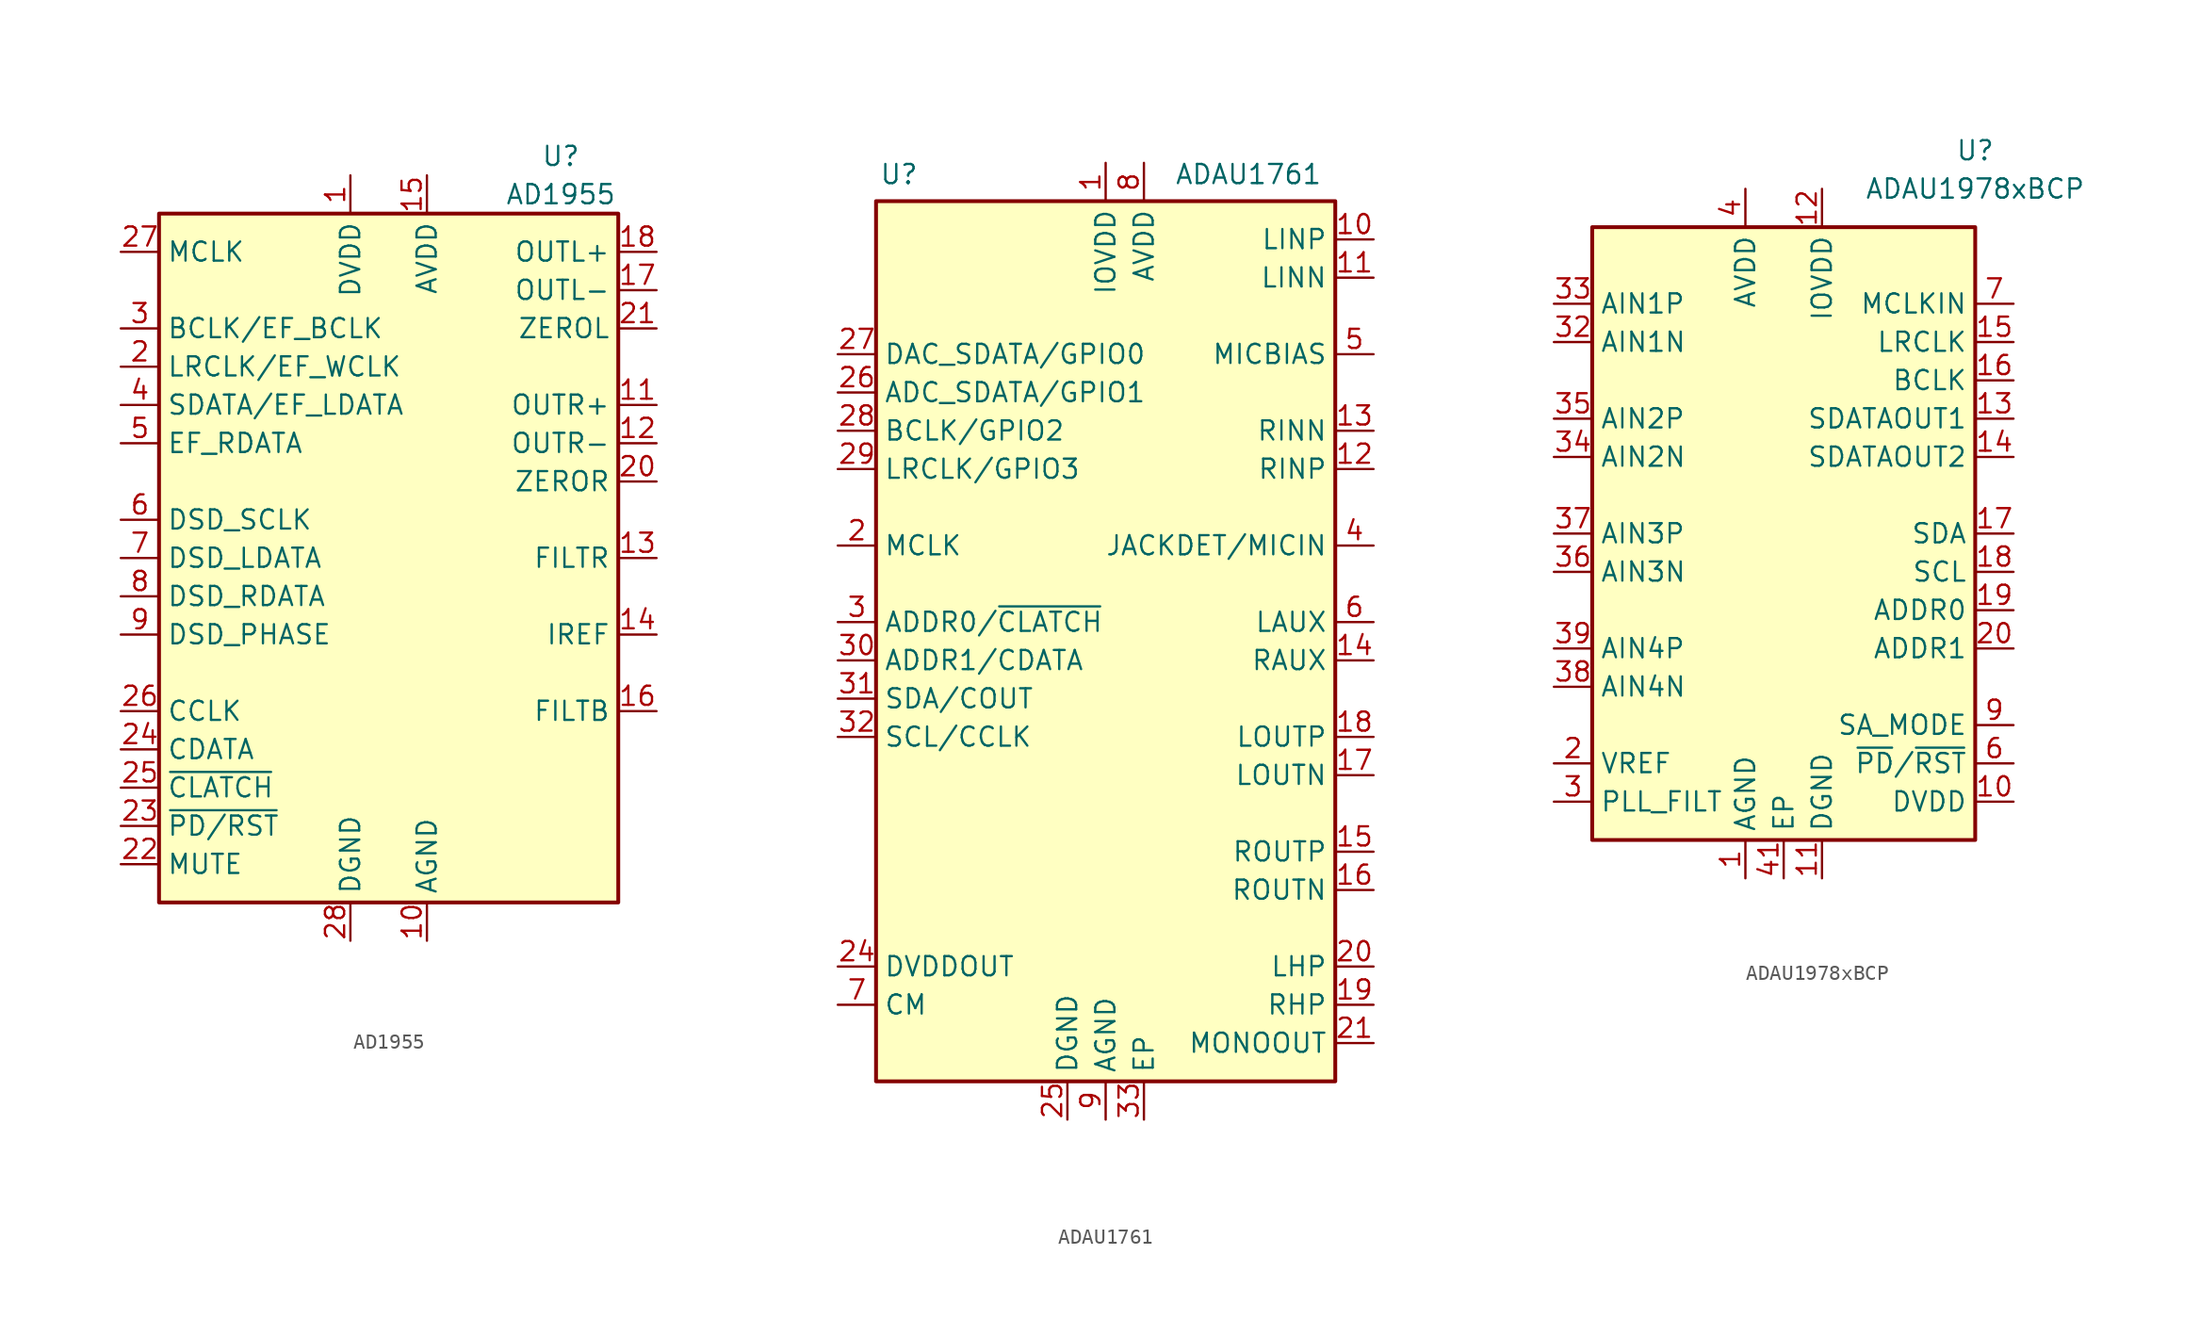
<source format=kicad_sym>
(kicad_symbol_lib
  (version 20241209)
  (generator "kicad_symbol_editor")
  (generator_version "9.0")
  (symbol "AD1955"
    (property "Reference" "U"
      (at 11.43 26.67 0)
      (effects (font (size 1.27 1.27))))
    (property "Value" "AD1955"
      (at 11.43 24.13 0)
      (effects (font (size 1.27 1.27))))
    (symbol "AD1955_0_1"
      (rectangle (start -15.24 22.86) (end 15.24 -22.86) (stroke (width 0.254) (type default)) (fill (type background))))
    (symbol "AD1955_1_1"
      (pin input line (at -17.78 20.32 0) (length 2.54) (name "MCLK" (effects (font (size 1.27 1.27)))) (number "27" (effects (font (size 1.27 1.27)))))
      (pin input line (at -17.78 15.24 0) (length 2.54) (name "BCLK/EF_BCLK" (effects (font (size 1.27 1.27)))) (number "3" (effects (font (size 1.27 1.27)))))
      (pin input line (at -17.78 12.7 0) (length 2.54) (name "LRCLK/EF_WCLK" (effects (font (size 1.27 1.27)))) (number "2" (effects (font (size 1.27 1.27)))))
      (pin input line (at -17.78 10.16 0) (length 2.54) (name "SDATA/EF_LDATA" (effects (font (size 1.27 1.27)))) (number "4" (effects (font (size 1.27 1.27)))))
      (pin input line (at -17.78 7.62 0) (length 2.54) (name "EF_RDATA" (effects (font (size 1.27 1.27)))) (number "5" (effects (font (size 1.27 1.27)))))
      (pin bidirectional line (at -17.78 2.54 0) (length 2.54) (name "DSD_SCLK" (effects (font (size 1.27 1.27)))) (number "6" (effects (font (size 1.27 1.27)))))
      (pin input line (at -17.78 0 0) (length 2.54) (name "DSD_LDATA" (effects (font (size 1.27 1.27)))) (number "7" (effects (font (size 1.27 1.27)))))
      (pin input line (at -17.78 -2.54 0) (length 2.54) (name "DSD_RDATA" (effects (font (size 1.27 1.27)))) (number "8" (effects (font (size 1.27 1.27)))))
      (pin bidirectional line (at -17.78 -5.08 0) (length 2.54) (name "DSD_PHASE" (effects (font (size 1.27 1.27)))) (number "9" (effects (font (size 1.27 1.27)))))
      (pin input line (at -17.78 -10.16 0) (length 2.54) (name "CCLK" (effects (font (size 1.27 1.27)))) (number "26" (effects (font (size 1.27 1.27)))))
      (pin input line (at -17.78 -12.7 0) (length 2.54) (name "CDATA" (effects (font (size 1.27 1.27)))) (number "24" (effects (font (size 1.27 1.27)))))
      (pin input line (at -17.78 -15.24 0) (length 2.54) (name "~{CLATCH}" (effects (font (size 1.27 1.27)))) (number "25" (effects (font (size 1.27 1.27)))))
      (pin input line (at -17.78 -17.78 0) (length 2.54) (name "~{PD/RST}" (effects (font (size 1.27 1.27)))) (number "23" (effects (font (size 1.27 1.27)))))
      (pin input line (at -17.78 -20.32 0) (length 2.54) (name "MUTE" (effects (font (size 1.27 1.27)))) (number "22" (effects (font (size 1.27 1.27)))))
      (pin power_in line (at -2.54 25.4 270) (length 2.54) (name "DVDD" (effects (font (size 1.27 1.27)))) (number "1" (effects (font (size 1.27 1.27)))))
      (pin power_in line (at -2.54 -25.4 90) (length 2.54) (name "DGND" (effects (font (size 1.27 1.27)))) (number "28" (effects (font (size 1.27 1.27)))))
      (pin power_in line (at 2.54 25.4 270) (length 2.54) (name "AVDD" (effects (font (size 1.27 1.27)))) (number "15" (effects (font (size 1.27 1.27)))))
      (pin power_in line (at 2.54 -25.4 90) (length 2.54) (name "AGND" (effects (font (size 1.27 1.27)))) (number "10" (effects (font (size 1.27 1.27)))))
      (pin passive line (at 2.54 -25.4 90) (length 2.54) (hide yes) (name "AGND" (effects (font (size 1.27 1.27)))) (number "19" (effects (font (size 1.27 1.27)))))
      (pin output line (at 17.78 20.32 180) (length 2.54) (name "OUTL+" (effects (font (size 1.27 1.27)))) (number "18" (effects (font (size 1.27 1.27)))))
      (pin output line (at 17.78 17.78 180) (length 2.54) (name "OUTL-" (effects (font (size 1.27 1.27)))) (number "17" (effects (font (size 1.27 1.27)))))
      (pin output line (at 17.78 15.24 180) (length 2.54) (name "ZEROL" (effects (font (size 1.27 1.27)))) (number "21" (effects (font (size 1.27 1.27)))))
      (pin output line (at 17.78 10.16 180) (length 2.54) (name "OUTR+" (effects (font (size 1.27 1.27)))) (number "11" (effects (font (size 1.27 1.27)))))
      (pin output line (at 17.78 7.62 180) (length 2.54) (name "OUTR-" (effects (font (size 1.27 1.27)))) (number "12" (effects (font (size 1.27 1.27)))))
      (pin output line (at 17.78 5.08 180) (length 2.54) (name "ZEROR" (effects (font (size 1.27 1.27)))) (number "20" (effects (font (size 1.27 1.27)))))
      (pin output line (at 17.78 0 180) (length 2.54) (name "FILTR" (effects (font (size 1.27 1.27)))) (number "13" (effects (font (size 1.27 1.27)))))
      (pin passive line (at 17.78 -5.08 180) (length 2.54) (name "IREF" (effects (font (size 1.27 1.27)))) (number "14" (effects (font (size 1.27 1.27)))))
      (pin output line (at 17.78 -10.16 180) (length 2.54) (name "FILTB" (effects (font (size 1.27 1.27)))) (number "16" (effects (font (size 1.27 1.27)))))))
  (symbol "ADAU1761"
    (property "Reference" "U"
      (at -13.716 29.718 0)
      (effects (font (size 1.27 1.27))))
    (property "Value" "ADAU1761"
      (at 4.572 29.718 0)
      (effects (font (size 1.27 1.27)) (justify left)))
    (symbol "ADAU1761_0_1"
      (rectangle (start -15.24 27.94) (end 15.24 -30.48) (stroke (width 0.254) (type default)) (fill (type background))))
    (symbol "ADAU1761_1_1"
      (pin bidirectional line (at -17.78 17.78 0) (length 2.54) (name "DAC_SDATA/GPIO0" (effects (font (size 1.27 1.27)))) (number "27" (effects (font (size 1.27 1.27)))) (alternate "DAC_SDATA" input line) (alternate "GPIO0" bidirectional line))
      (pin bidirectional line (at -17.78 15.24 0) (length 2.54) (name "ADC_SDATA/GPIO1" (effects (font (size 1.27 1.27)))) (number "26" (effects (font (size 1.27 1.27)))) (alternate "ADC_SDATA" output line) (alternate "GPIO1" bidirectional line))
      (pin bidirectional line (at -17.78 12.7 0) (length 2.54) (name "BCLK/GPIO2" (effects (font (size 1.27 1.27)))) (number "28" (effects (font (size 1.27 1.27)))) (alternate "BCLK" bidirectional line) (alternate "GPIO2" bidirectional line))
      (pin bidirectional line (at -17.78 10.16 0) (length 2.54) (name "LRCLK/GPIO3" (effects (font (size 1.27 1.27)))) (number "29" (effects (font (size 1.27 1.27)))) (alternate "GPIO3" bidirectional line) (alternate "LRCLK" bidirectional line))
      (pin input line (at -17.78 5.08 0) (length 2.54) (name "MCLK" (effects (font (size 1.27 1.27)))) (number "2" (effects (font (size 1.27 1.27)))))
      (pin input line (at -17.78 0 0) (length 2.54) (name "ADDR0/~{CLATCH}" (effects (font (size 1.27 1.27)))) (number "3" (effects (font (size 1.27 1.27)))) (alternate "ADDR0" input line) (alternate "~{CLATCH}" input line))
      (pin input line (at -17.78 -2.54 0) (length 2.54) (name "ADDR1/CDATA" (effects (font (size 1.27 1.27)))) (number "30" (effects (font (size 1.27 1.27)))) (alternate "ADDR1" input line) (alternate "CDATA" input line))
      (pin bidirectional line (at -17.78 -5.08 0) (length 2.54) (name "SDA/COUT" (effects (font (size 1.27 1.27)))) (number "31" (effects (font (size 1.27 1.27)))) (alternate "COUT" tri_state line) (alternate "SDA" bidirectional line))
      (pin input line (at -17.78 -7.62 0) (length 2.54) (name "SCL/CCLK" (effects (font (size 1.27 1.27)))) (number "32" (effects (font (size 1.27 1.27)))) (alternate "CCLK" input line) (alternate "SCL" input line))
      (pin power_out line (at -17.78 -22.86 0) (length 2.54) (name "DVDDOUT" (effects (font (size 1.27 1.27)))) (number "24" (effects (font (size 1.27 1.27)))))
      (pin output line (at -17.78 -25.4 0) (length 2.54) (name "CM" (effects (font (size 1.27 1.27)))) (number "7" (effects (font (size 1.27 1.27)))))
      (pin power_in line (at -2.54 -33.02 90) (length 2.54) (name "DGND" (effects (font (size 1.27 1.27)))) (number "25" (effects (font (size 1.27 1.27)))))
      (pin power_in line (at 0 30.48 270) (length 2.54) (name "IOVDD" (effects (font (size 1.27 1.27)))) (number "1" (effects (font (size 1.27 1.27)))))
      (pin passive line (at 0 -33.02 90) (length 2.54) (hide yes) (name "AGND" (effects (font (size 1.27 1.27)))) (number "22" (effects (font (size 1.27 1.27)))))
      (pin power_in line (at 0 -33.02 90) (length 2.54) (name "AGND" (effects (font (size 1.27 1.27)))) (number "9" (effects (font (size 1.27 1.27)))))
      (pin passive line (at 2.54 30.48 270) (length 2.54) (hide yes) (name "AVDD" (effects (font (size 1.27 1.27)))) (number "23" (effects (font (size 1.27 1.27)))))
      (pin power_in line (at 2.54 30.48 270) (length 2.54) (name "AVDD" (effects (font (size 1.27 1.27)))) (number "8" (effects (font (size 1.27 1.27)))))
      (pin power_in line (at 2.54 -33.02 90) (length 2.54) (name "EP" (effects (font (size 1.27 1.27)))) (number "33" (effects (font (size 1.27 1.27)))))
      (pin input line (at 17.78 25.4 180) (length 2.54) (name "LINP" (effects (font (size 1.27 1.27)))) (number "10" (effects (font (size 1.27 1.27)))))
      (pin input line (at 17.78 22.86 180) (length 2.54) (name "LINN" (effects (font (size 1.27 1.27)))) (number "11" (effects (font (size 1.27 1.27)))))
      (pin output line (at 17.78 17.78 180) (length 2.54) (name "MICBIAS" (effects (font (size 1.27 1.27)))) (number "5" (effects (font (size 1.27 1.27)))))
      (pin input line (at 17.78 12.7 180) (length 2.54) (name "RINN" (effects (font (size 1.27 1.27)))) (number "13" (effects (font (size 1.27 1.27)))))
      (pin input line (at 17.78 10.16 180) (length 2.54) (name "RINP" (effects (font (size 1.27 1.27)))) (number "12" (effects (font (size 1.27 1.27)))))
      (pin input line (at 17.78 5.08 180) (length 2.54) (name "JACKDET/MICIN" (effects (font (size 1.27 1.27)))) (number "4" (effects (font (size 1.27 1.27)))) (alternate "JACKDET" input line) (alternate "MICIN" input line))
      (pin input line (at 17.78 0 180) (length 2.54) (name "LAUX" (effects (font (size 1.27 1.27)))) (number "6" (effects (font (size 1.27 1.27)))))
      (pin input line (at 17.78 -2.54 180) (length 2.54) (name "RAUX" (effects (font (size 1.27 1.27)))) (number "14" (effects (font (size 1.27 1.27)))))
      (pin output line (at 17.78 -7.62 180) (length 2.54) (name "LOUTP" (effects (font (size 1.27 1.27)))) (number "18" (effects (font (size 1.27 1.27)))))
      (pin output line (at 17.78 -10.16 180) (length 2.54) (name "LOUTN" (effects (font (size 1.27 1.27)))) (number "17" (effects (font (size 1.27 1.27)))))
      (pin output line (at 17.78 -15.24 180) (length 2.54) (name "ROUTP" (effects (font (size 1.27 1.27)))) (number "15" (effects (font (size 1.27 1.27)))))
      (pin output line (at 17.78 -17.78 180) (length 2.54) (name "ROUTN" (effects (font (size 1.27 1.27)))) (number "16" (effects (font (size 1.27 1.27)))))
      (pin output line (at 17.78 -22.86 180) (length 2.54) (name "LHP" (effects (font (size 1.27 1.27)))) (number "20" (effects (font (size 1.27 1.27)))))
      (pin output line (at 17.78 -25.4 180) (length 2.54) (name "RHP" (effects (font (size 1.27 1.27)))) (number "19" (effects (font (size 1.27 1.27)))))
      (pin output line (at 17.78 -27.94 180) (length 2.54) (name "MONOOUT" (effects (font (size 1.27 1.27)))) (number "21" (effects (font (size 1.27 1.27)))))))
  (symbol "ADAU1978xBCP"
    (property "Reference" "U"
      (at 12.7 25.4 0)
      (effects (font (size 1.27 1.27))))
    (property "Value" "ADAU1978xBCP"
      (at 12.7 22.86 0)
      (effects (font (size 1.27 1.27))))
    (symbol "ADAU1978xBCP_0_1"
      (rectangle (start -12.7 20.32) (end 12.7 -20.32) (stroke (width 0.254) (type default)) (fill (type background))))
    (symbol "ADAU1978xBCP_1_1"
      (pin input line (at -15.24 15.24 0) (length 2.54) (name "AIN1P" (effects (font (size 1.27 1.27)))) (number "33" (effects (font (size 1.27 1.27)))))
      (pin input line (at -15.24 12.7 0) (length 2.54) (name "AIN1N" (effects (font (size 1.27 1.27)))) (number "32" (effects (font (size 1.27 1.27)))))
      (pin input line (at -15.24 7.62 0) (length 2.54) (name "AIN2P" (effects (font (size 1.27 1.27)))) (number "35" (effects (font (size 1.27 1.27)))))
      (pin input line (at -15.24 5.08 0) (length 2.54) (name "AIN2N" (effects (font (size 1.27 1.27)))) (number "34" (effects (font (size 1.27 1.27)))))
      (pin input line (at -15.24 0 0) (length 2.54) (name "AIN3P" (effects (font (size 1.27 1.27)))) (number "37" (effects (font (size 1.27 1.27)))))
      (pin input line (at -15.24 -2.54 0) (length 2.54) (name "AIN3N" (effects (font (size 1.27 1.27)))) (number "36" (effects (font (size 1.27 1.27)))))
      (pin input line (at -15.24 -7.62 0) (length 2.54) (name "AIN4P" (effects (font (size 1.27 1.27)))) (number "39" (effects (font (size 1.27 1.27)))))
      (pin input line (at -15.24 -10.16 0) (length 2.54) (name "AIN4N" (effects (font (size 1.27 1.27)))) (number "38" (effects (font (size 1.27 1.27)))))
      (pin output line (at -15.24 -15.24 0) (length 2.54) (name "VREF" (effects (font (size 1.27 1.27)))) (number "2" (effects (font (size 1.27 1.27)))))
      (pin output line (at -15.24 -17.78 0) (length 2.54) (name "PLL_FILT" (effects (font (size 1.27 1.27)))) (number "3" (effects (font (size 1.27 1.27)))))
      (pin no_connect line (at -10.16 -20.32 90) (length 2.54) (hide yes) (name "NC" (effects (font (size 1.27 1.27)))) (number "23" (effects (font (size 1.27 1.27)))))
      (pin no_connect line (at -7.62 -20.32 90) (length 2.54) (hide yes) (name "NC" (effects (font (size 1.27 1.27)))) (number "24" (effects (font (size 1.27 1.27)))))
      (pin no_connect line (at -5.08 -20.32 90) (length 2.54) (hide yes) (name "NC" (effects (font (size 1.27 1.27)))) (number "25" (effects (font (size 1.27 1.27)))))
      (pin passive line (at -2.54 22.86 270) (length 2.54) (hide yes) (name "AVDD" (effects (font (size 1.27 1.27)))) (number "31" (effects (font (size 1.27 1.27)))))
      (pin power_in line (at -2.54 22.86 270) (length 2.54) (name "AVDD" (effects (font (size 1.27 1.27)))) (number "4" (effects (font (size 1.27 1.27)))))
      (pin passive line (at -2.54 22.86 270) (length 2.54) (hide yes) (name "AVDD" (effects (font (size 1.27 1.27)))) (number "40" (effects (font (size 1.27 1.27)))))
      (pin power_in line (at -2.54 -22.86 90) (length 2.54) (name "AGND" (effects (font (size 1.27 1.27)))) (number "1" (effects (font (size 1.27 1.27)))))
      (pin passive line (at -2.54 -22.86 90) (length 2.54) (hide yes) (name "AGND" (effects (font (size 1.27 1.27)))) (number "21" (effects (font (size 1.27 1.27)))))
      (pin passive line (at -2.54 -22.86 90) (length 2.54) (hide yes) (name "AGND" (effects (font (size 1.27 1.27)))) (number "22" (effects (font (size 1.27 1.27)))))
      (pin passive line (at -2.54 -22.86 90) (length 2.54) (hide yes) (name "AGND" (effects (font (size 1.27 1.27)))) (number "28" (effects (font (size 1.27 1.27)))))
      (pin passive line (at -2.54 -22.86 90) (length 2.54) (hide yes) (name "AGND" (effects (font (size 1.27 1.27)))) (number "29" (effects (font (size 1.27 1.27)))))
      (pin passive line (at -2.54 -22.86 90) (length 2.54) (hide yes) (name "AGND" (effects (font (size 1.27 1.27)))) (number "5" (effects (font (size 1.27 1.27)))))
      (pin power_in line (at 0 -22.86 90) (length 2.54) (name "EP" (effects (font (size 1.27 1.27)))) (number "41" (effects (font (size 1.27 1.27)))))
      (pin power_in line (at 2.54 22.86 270) (length 2.54) (name "IOVDD" (effects (font (size 1.27 1.27)))) (number "12" (effects (font (size 1.27 1.27)))))
      (pin power_in line (at 2.54 -22.86 90) (length 2.54) (name "DGND" (effects (font (size 1.27 1.27)))) (number "11" (effects (font (size 1.27 1.27)))))
      (pin no_connect line (at 5.08 -20.32 90) (length 2.54) (hide yes) (name "NC" (effects (font (size 1.27 1.27)))) (number "26" (effects (font (size 1.27 1.27)))))
      (pin no_connect line (at 7.62 -20.32 90) (length 2.54) (hide yes) (name "NC" (effects (font (size 1.27 1.27)))) (number "27" (effects (font (size 1.27 1.27)))))
      (pin no_connect line (at 10.16 -20.32 90) (length 2.54) (hide yes) (name "NC" (effects (font (size 1.27 1.27)))) (number "30" (effects (font (size 1.27 1.27)))))
      (pin no_connect line (at 12.7 17.78 180) (length 2.54) (hide yes) (name "NC" (effects (font (size 1.27 1.27)))) (number "8" (effects (font (size 1.27 1.27)))))
      (pin input line (at 15.24 15.24 180) (length 2.54) (name "MCLKIN" (effects (font (size 1.27 1.27)))) (number "7" (effects (font (size 1.27 1.27)))))
      (pin bidirectional line (at 15.24 12.7 180) (length 2.54) (name "LRCLK" (effects (font (size 1.27 1.27)))) (number "15" (effects (font (size 1.27 1.27)))))
      (pin bidirectional line (at 15.24 10.16 180) (length 2.54) (name "BCLK" (effects (font (size 1.27 1.27)))) (number "16" (effects (font (size 1.27 1.27)))))
      (pin output line (at 15.24 7.62 180) (length 2.54) (name "SDATAOUT1" (effects (font (size 1.27 1.27)))) (number "13" (effects (font (size 1.27 1.27)))))
      (pin output line (at 15.24 5.08 180) (length 2.54) (name "SDATAOUT2" (effects (font (size 1.27 1.27)))) (number "14" (effects (font (size 1.27 1.27)))))
      (pin bidirectional line (at 15.24 0 180) (length 2.54) (name "SDA" (effects (font (size 1.27 1.27)))) (number "17" (effects (font (size 1.27 1.27)))) (alternate "COUT" output line))
      (pin input line (at 15.24 -2.54 180) (length 2.54) (name "SCL" (effects (font (size 1.27 1.27)))) (number "18" (effects (font (size 1.27 1.27)))) (alternate "CCLK" input line))
      (pin input line (at 15.24 -5.08 180) (length 2.54) (name "ADDR0" (effects (font (size 1.27 1.27)))) (number "19" (effects (font (size 1.27 1.27)))) (alternate "~{CLATCH}" input line))
      (pin input line (at 15.24 -7.62 180) (length 2.54) (name "ADDR1" (effects (font (size 1.27 1.27)))) (number "20" (effects (font (size 1.27 1.27)))) (alternate "CIN" input line))
      (pin input line (at 15.24 -12.7 180) (length 2.54) (name "SA_MODE" (effects (font (size 1.27 1.27)))) (number "9" (effects (font (size 1.27 1.27)))))
      (pin input line (at 15.24 -15.24 180) (length 2.54) (name "~{PD}/~{RST}" (effects (font (size 1.27 1.27)))) (number "6" (effects (font (size 1.27 1.27)))))
      (pin power_out line (at 15.24 -17.78 180) (length 2.54) (name "DVDD" (effects (font (size 1.27 1.27)))) (number "10" (effects (font (size 1.27 1.27))))))))
</source>
